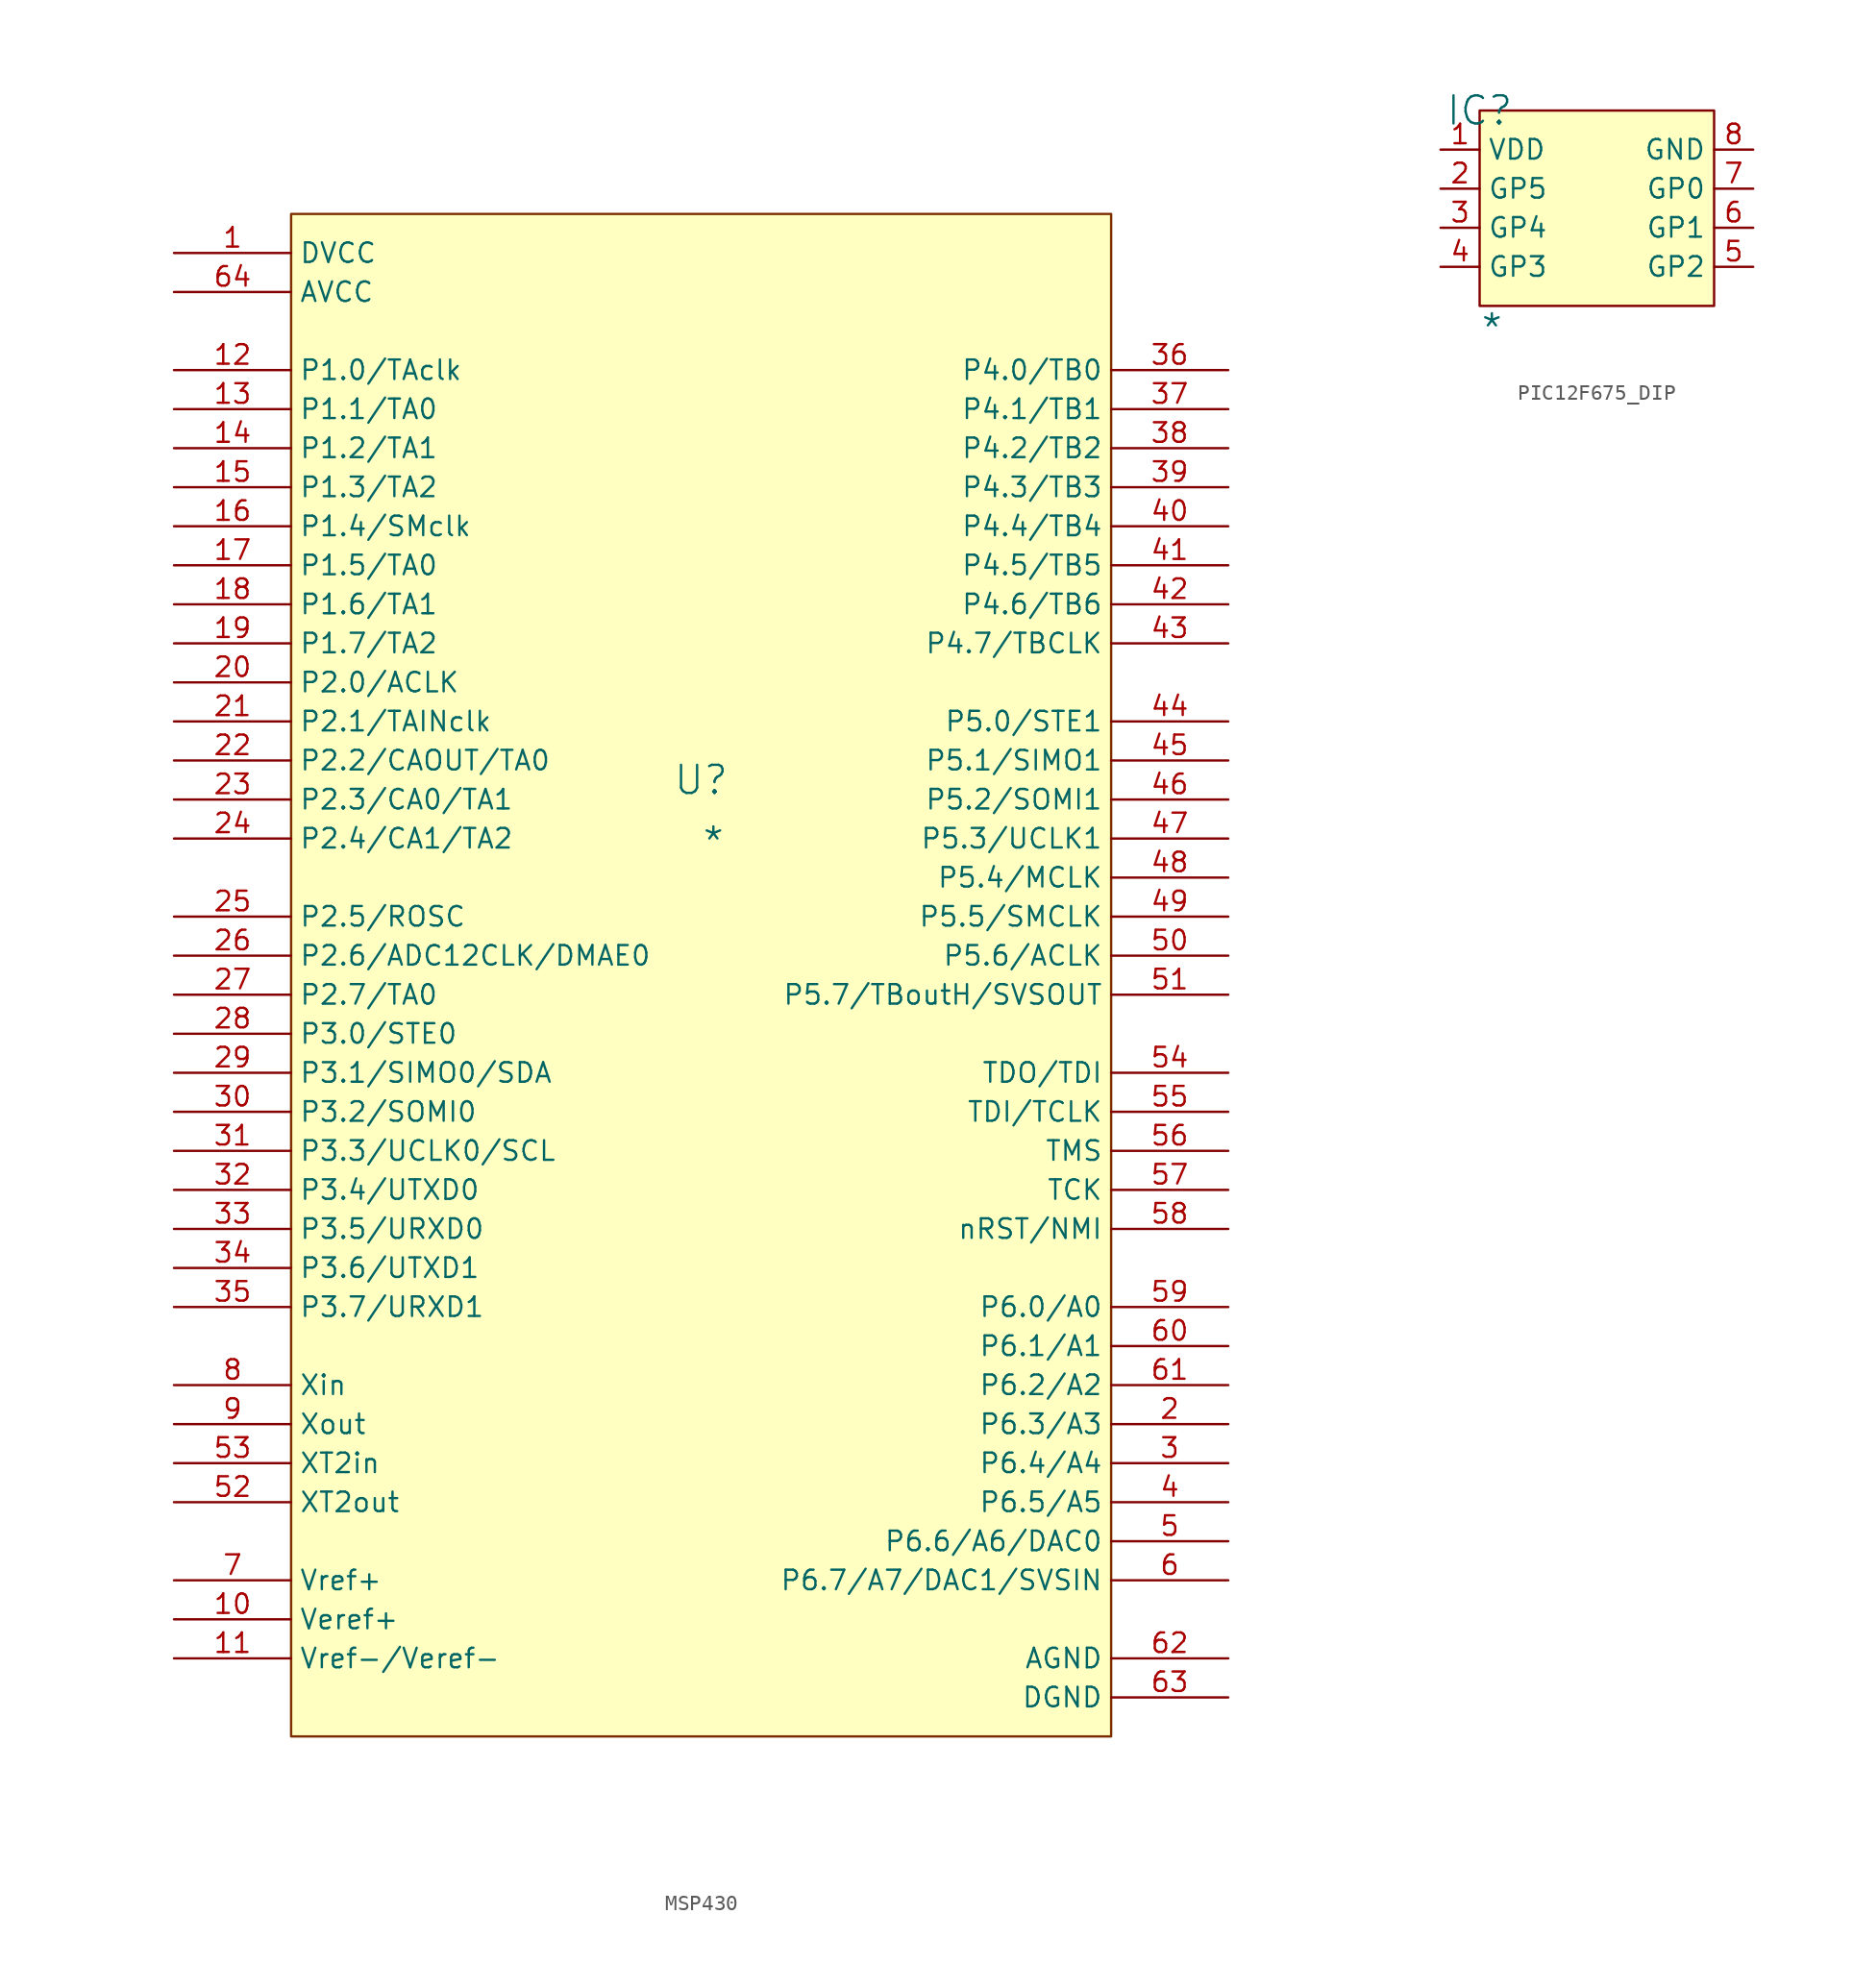
<source format=kicad_sym>
(kicad_symbol_lib
  (version 20241209)
  (generator "kicad_symbol_editor")
  (generator_version "9.0")
  (symbol "MSP430"
    (property "Reference" "U"
      (at -1.27 1.27 0)
      (effects (font (size 1.829 1.829))))
    (property "Value" "*"
      (at -1.27 -3.81 0)
      (effects (font (size 1.829 1.829)) (justify left bottom)))
    (symbol "MSP430_1_0"
      (polyline (pts (xy -27.94 -58.42) (xy -27.94 38.1) (xy 25.4 38.1) (xy 25.4 -60.96) (xy -27.94 -60.96) (xy -27.94 -58.42)) (stroke (width 0) (type solid) (color 125 59 0 1)) (fill (type none)))
      (rectangle (start 25.4 38.1) (end -27.94 -60.96) (stroke (width 0.025) (type solid) (color 128 0 0 1)) (fill (type background)))
      (pin passive line (at -35.56 35.56 0) (length 7.62) (name "DVCC" (effects (font (size 1.27 1.27)))) (number "1" (effects (font (size 1.27 1.27)))))
      (pin passive line (at -35.56 33.02 0) (length 7.62) (name "AVCC" (effects (font (size 1.27 1.27)))) (number "64" (effects (font (size 1.27 1.27)))))
      (pin passive line (at -35.56 27.94 0) (length 7.62) (name "P1.0/TAclk" (effects (font (size 1.27 1.27)))) (number "12" (effects (font (size 1.27 1.27)))))
      (pin passive line (at -35.56 25.4 0) (length 7.62) (name "P1.1/TA0" (effects (font (size 1.27 1.27)))) (number "13" (effects (font (size 1.27 1.27)))))
      (pin passive line (at -35.56 22.86 0) (length 7.62) (name "P1.2/TA1" (effects (font (size 1.27 1.27)))) (number "14" (effects (font (size 1.27 1.27)))))
      (pin passive line (at -35.56 20.32 0) (length 7.62) (name "P1.3/TA2" (effects (font (size 1.27 1.27)))) (number "15" (effects (font (size 1.27 1.27)))))
      (pin passive line (at -35.56 17.78 0) (length 7.62) (name "P1.4/SMclk" (effects (font (size 1.27 1.27)))) (number "16" (effects (font (size 1.27 1.27)))))
      (pin passive line (at -35.56 15.24 0) (length 7.62) (name "P1.5/TA0" (effects (font (size 1.27 1.27)))) (number "17" (effects (font (size 1.27 1.27)))))
      (pin passive line (at -35.56 12.7 0) (length 7.62) (name "P1.6/TA1" (effects (font (size 1.27 1.27)))) (number "18" (effects (font (size 1.27 1.27)))))
      (pin passive line (at -35.56 10.16 0) (length 7.62) (name "P1.7/TA2" (effects (font (size 1.27 1.27)))) (number "19" (effects (font (size 1.27 1.27)))))
      (pin passive line (at -35.56 7.62 0) (length 7.62) (name "P2.0/ACLK" (effects (font (size 1.27 1.27)))) (number "20" (effects (font (size 1.27 1.27)))))
      (pin passive line (at -35.56 5.08 0) (length 7.62) (name "P2.1/TAINclk" (effects (font (size 1.27 1.27)))) (number "21" (effects (font (size 1.27 1.27)))))
      (pin passive line (at -35.56 2.54 0) (length 7.62) (name "P2.2/CAOUT/TA0" (effects (font (size 1.27 1.27)))) (number "22" (effects (font (size 1.27 1.27)))))
      (pin passive line (at -35.56 0 0) (length 7.62) (name "P2.3/CA0/TA1" (effects (font (size 1.27 1.27)))) (number "23" (effects (font (size 1.27 1.27)))))
      (pin passive line (at -35.56 -2.54 0) (length 7.62) (name "P2.4/CA1/TA2" (effects (font (size 1.27 1.27)))) (number "24" (effects (font (size 1.27 1.27)))))
      (pin passive line (at -35.56 -7.62 0) (length 7.62) (name "P2.5/ROSC" (effects (font (size 1.27 1.27)))) (number "25" (effects (font (size 1.27 1.27)))))
      (pin passive line (at -35.56 -10.16 0) (length 7.62) (name "P2.6/ADC12CLK/DMAE0" (effects (font (size 1.27 1.27)))) (number "26" (effects (font (size 1.27 1.27)))))
      (pin passive line (at -35.56 -12.7 0) (length 7.62) (name "P2.7/TA0" (effects (font (size 1.27 1.27)))) (number "27" (effects (font (size 1.27 1.27)))))
      (pin passive line (at -35.56 -15.24 0) (length 7.62) (name "P3.0/STE0" (effects (font (size 1.27 1.27)))) (number "28" (effects (font (size 1.27 1.27)))))
      (pin passive line (at -35.56 -17.78 0) (length 7.62) (name "P3.1/SIMO0/SDA" (effects (font (size 1.27 1.27)))) (number "29" (effects (font (size 1.27 1.27)))))
      (pin passive line (at -35.56 -20.32 0) (length 7.62) (name "P3.2/SOMI0" (effects (font (size 1.27 1.27)))) (number "30" (effects (font (size 1.27 1.27)))))
      (pin passive line (at -35.56 -22.86 0) (length 7.62) (name "P3.3/UCLK0/SCL" (effects (font (size 1.27 1.27)))) (number "31" (effects (font (size 1.27 1.27)))))
      (pin passive line (at -35.56 -25.4 0) (length 7.62) (name "P3.4/UTXD0" (effects (font (size 1.27 1.27)))) (number "32" (effects (font (size 1.27 1.27)))))
      (pin passive line (at -35.56 -27.94 0) (length 7.62) (name "P3.5/URXD0" (effects (font (size 1.27 1.27)))) (number "33" (effects (font (size 1.27 1.27)))))
      (pin passive line (at -35.56 -30.48 0) (length 7.62) (name "P3.6/UTXD1" (effects (font (size 1.27 1.27)))) (number "34" (effects (font (size 1.27 1.27)))))
      (pin passive line (at -35.56 -33.02 0) (length 7.62) (name "P3.7/URXD1" (effects (font (size 1.27 1.27)))) (number "35" (effects (font (size 1.27 1.27)))))
      (pin passive line (at -35.56 -38.1 0) (length 7.62) (name "Xin" (effects (font (size 1.27 1.27)))) (number "8" (effects (font (size 1.27 1.27)))))
      (pin passive line (at -35.56 -40.64 0) (length 7.62) (name "Xout" (effects (font (size 1.27 1.27)))) (number "9" (effects (font (size 1.27 1.27)))))
      (pin passive line (at -35.56 -43.18 0) (length 7.62) (name "XT2in" (effects (font (size 1.27 1.27)))) (number "53" (effects (font (size 1.27 1.27)))))
      (pin passive line (at -35.56 -45.72 0) (length 7.62) (name "XT2out" (effects (font (size 1.27 1.27)))) (number "52" (effects (font (size 1.27 1.27)))))
      (pin passive line (at -35.56 -50.8 0) (length 7.62) (name "Vref+" (effects (font (size 1.27 1.27)))) (number "7" (effects (font (size 1.27 1.27)))))
      (pin passive line (at -35.56 -53.34 0) (length 7.62) (name "Veref+" (effects (font (size 1.27 1.27)))) (number "10" (effects (font (size 1.27 1.27)))))
      (pin passive line (at -35.56 -55.88 0) (length 7.62) (name "Vref-/Veref-" (effects (font (size 1.27 1.27)))) (number "11" (effects (font (size 1.27 1.27)))))
      (pin passive line (at 33.02 27.94 180) (length 7.62) (name "P4.0/TB0" (effects (font (size 1.27 1.27)))) (number "36" (effects (font (size 1.27 1.27)))))
      (pin passive line (at 33.02 25.4 180) (length 7.62) (name "P4.1/TB1" (effects (font (size 1.27 1.27)))) (number "37" (effects (font (size 1.27 1.27)))))
      (pin passive line (at 33.02 22.86 180) (length 7.62) (name "P4.2/TB2" (effects (font (size 1.27 1.27)))) (number "38" (effects (font (size 1.27 1.27)))))
      (pin passive line (at 33.02 20.32 180) (length 7.62) (name "P4.3/TB3" (effects (font (size 1.27 1.27)))) (number "39" (effects (font (size 1.27 1.27)))))
      (pin passive line (at 33.02 17.78 180) (length 7.62) (name "P4.4/TB4" (effects (font (size 1.27 1.27)))) (number "40" (effects (font (size 1.27 1.27)))))
      (pin passive line (at 33.02 15.24 180) (length 7.62) (name "P4.5/TB5" (effects (font (size 1.27 1.27)))) (number "41" (effects (font (size 1.27 1.27)))))
      (pin passive line (at 33.02 12.7 180) (length 7.62) (name "P4.6/TB6" (effects (font (size 1.27 1.27)))) (number "42" (effects (font (size 1.27 1.27)))))
      (pin passive line (at 33.02 10.16 180) (length 7.62) (name "P4.7/TBCLK" (effects (font (size 1.27 1.27)))) (number "43" (effects (font (size 1.27 1.27)))))
      (pin passive line (at 33.02 5.08 180) (length 7.62) (name "P5.0/STE1" (effects (font (size 1.27 1.27)))) (number "44" (effects (font (size 1.27 1.27)))))
      (pin passive line (at 33.02 2.54 180) (length 7.62) (name "P5.1/SIMO1" (effects (font (size 1.27 1.27)))) (number "45" (effects (font (size 1.27 1.27)))))
      (pin passive line (at 33.02 0 180) (length 7.62) (name "P5.2/SOMI1" (effects (font (size 1.27 1.27)))) (number "46" (effects (font (size 1.27 1.27)))))
      (pin passive line (at 33.02 -2.54 180) (length 7.62) (name "P5.3/UCLK1" (effects (font (size 1.27 1.27)))) (number "47" (effects (font (size 1.27 1.27)))))
      (pin passive line (at 33.02 -5.08 180) (length 7.62) (name "P5.4/MCLK" (effects (font (size 1.27 1.27)))) (number "48" (effects (font (size 1.27 1.27)))))
      (pin passive line (at 33.02 -7.62 180) (length 7.62) (name "P5.5/SMCLK" (effects (font (size 1.27 1.27)))) (number "49" (effects (font (size 1.27 1.27)))))
      (pin passive line (at 33.02 -10.16 180) (length 7.62) (name "P5.6/ACLK" (effects (font (size 1.27 1.27)))) (number "50" (effects (font (size 1.27 1.27)))))
      (pin passive line (at 33.02 -12.7 180) (length 7.62) (name "P5.7/TBoutH/SVSOUT" (effects (font (size 1.27 1.27)))) (number "51" (effects (font (size 1.27 1.27)))))
      (pin passive line (at 33.02 -17.78 180) (length 7.62) (name "TDO/TDI" (effects (font (size 1.27 1.27)))) (number "54" (effects (font (size 1.27 1.27)))))
      (pin passive line (at 33.02 -20.32 180) (length 7.62) (name "TDI/TCLK" (effects (font (size 1.27 1.27)))) (number "55" (effects (font (size 1.27 1.27)))))
      (pin passive line (at 33.02 -22.86 180) (length 7.62) (name "TMS" (effects (font (size 1.27 1.27)))) (number "56" (effects (font (size 1.27 1.27)))))
      (pin passive line (at 33.02 -25.4 180) (length 7.62) (name "TCK" (effects (font (size 1.27 1.27)))) (number "57" (effects (font (size 1.27 1.27)))))
      (pin passive line (at 33.02 -27.94 180) (length 7.62) (name "nRST/NMI" (effects (font (size 1.27 1.27)))) (number "58" (effects (font (size 1.27 1.27)))))
      (pin passive line (at 33.02 -33.02 180) (length 7.62) (name "P6.0/A0" (effects (font (size 1.27 1.27)))) (number "59" (effects (font (size 1.27 1.27)))))
      (pin passive line (at 33.02 -35.56 180) (length 7.62) (name "P6.1/A1" (effects (font (size 1.27 1.27)))) (number "60" (effects (font (size 1.27 1.27)))))
      (pin passive line (at 33.02 -38.1 180) (length 7.62) (name "P6.2/A2" (effects (font (size 1.27 1.27)))) (number "61" (effects (font (size 1.27 1.27)))))
      (pin passive line (at 33.02 -40.64 180) (length 7.62) (name "P6.3/A3" (effects (font (size 1.27 1.27)))) (number "2" (effects (font (size 1.27 1.27)))))
      (pin passive line (at 33.02 -43.18 180) (length 7.62) (name "P6.4/A4" (effects (font (size 1.27 1.27)))) (number "3" (effects (font (size 1.27 1.27)))))
      (pin passive line (at 33.02 -45.72 180) (length 7.62) (name "P6.5/A5" (effects (font (size 1.27 1.27)))) (number "4" (effects (font (size 1.27 1.27)))))
      (pin passive line (at 33.02 -48.26 180) (length 7.62) (name "P6.6/A6/DAC0" (effects (font (size 1.27 1.27)))) (number "5" (effects (font (size 1.27 1.27)))))
      (pin passive line (at 33.02 -50.8 180) (length 7.62) (name "P6.7/A7/DAC1/SVSIN" (effects (font (size 1.27 1.27)))) (number "6" (effects (font (size 1.27 1.27)))))
      (pin passive line (at 33.02 -55.88 180) (length 7.62) (name "AGND" (effects (font (size 1.27 1.27)))) (number "62" (effects (font (size 1.27 1.27)))))
      (pin passive line (at 33.02 -58.42 180) (length 7.62) (name "DGND" (effects (font (size 1.27 1.27)))) (number "63" (effects (font (size 1.27 1.27)))))))
  (symbol "PIC12F675_DIP"
    (property "Reference" "IC"
      (at 0 0 0)
      (effects (font (size 1.829 1.829))))
    (property "Value" "*"
      (at 0 -15.24 0)
      (effects (font (size 1.829 1.829)) (justify left bottom)))
    (symbol "PIC12F675_DIP_1_0"
      (rectangle (start 15.24 0) (end 0 -12.7) (stroke (width 0) (type solid) (color 128 0 0 1)) (fill (type background)))
      (pin passive line (at -2.54 -2.54 0) (length 2.54) (name "VDD" (effects (font (size 1.27 1.27)))) (number "1" (effects (font (size 1.27 1.27)))))
      (pin passive line (at -2.54 -5.08 0) (length 2.54) (name "GP5" (effects (font (size 1.27 1.27)))) (number "2" (effects (font (size 1.27 1.27)))))
      (pin passive line (at -2.54 -7.62 0) (length 2.54) (name "GP4" (effects (font (size 1.27 1.27)))) (number "3" (effects (font (size 1.27 1.27)))))
      (pin passive line (at -2.54 -10.16 0) (length 2.54) (name "GP3" (effects (font (size 1.27 1.27)))) (number "4" (effects (font (size 1.27 1.27)))))
      (pin passive line (at 17.78 -2.54 180) (length 2.54) (name "GND" (effects (font (size 1.27 1.27)))) (number "8" (effects (font (size 1.27 1.27)))))
      (pin passive line (at 17.78 -5.08 180) (length 2.54) (name "GP0" (effects (font (size 1.27 1.27)))) (number "7" (effects (font (size 1.27 1.27)))))
      (pin passive line (at 17.78 -7.62 180) (length 2.54) (name "GP1" (effects (font (size 1.27 1.27)))) (number "6" (effects (font (size 1.27 1.27)))))
      (pin passive line (at 17.78 -10.16 180) (length 2.54) (name "GP2" (effects (font (size 1.27 1.27)))) (number "5" (effects (font (size 1.27 1.27))))))))
</source>
